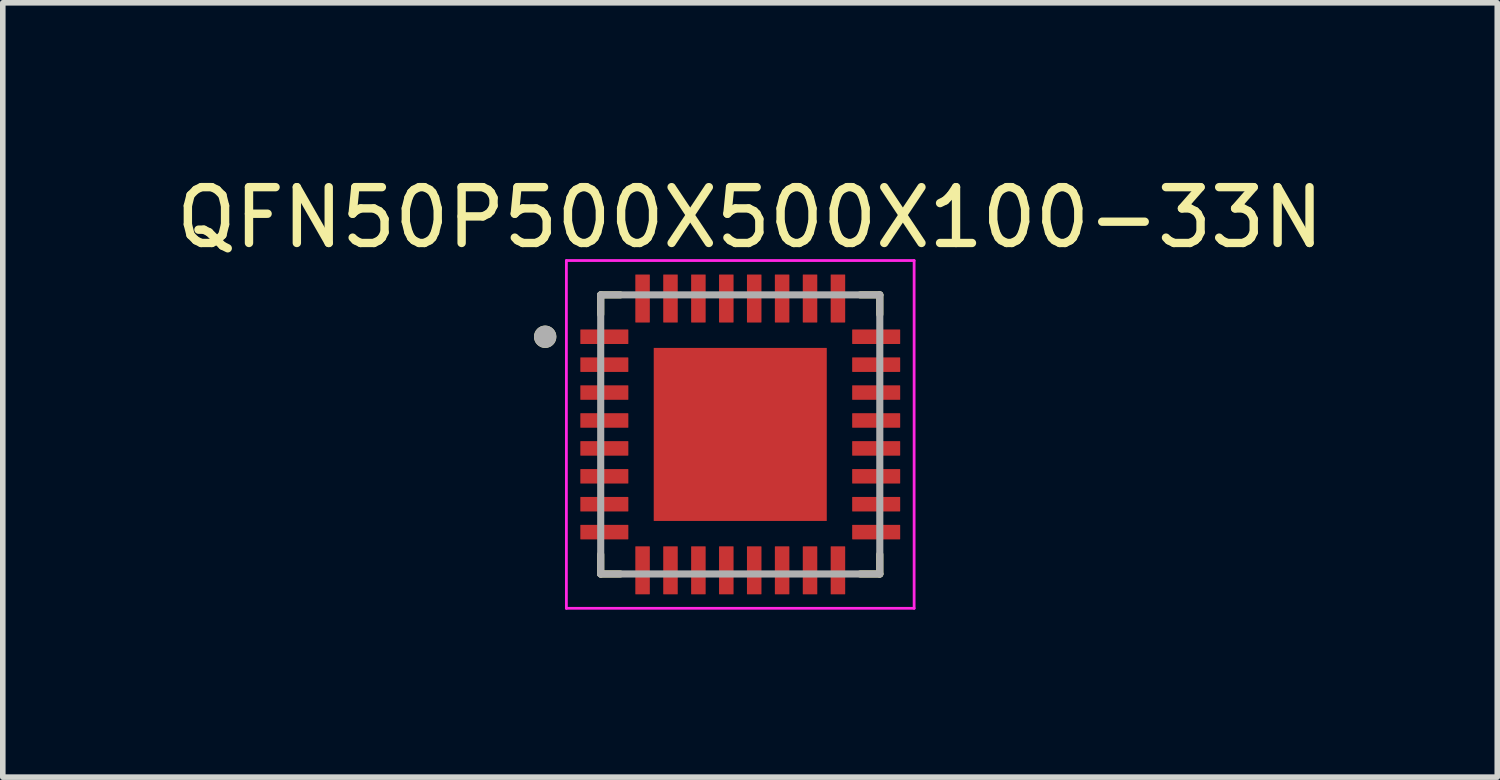
<source format=kicad_pcb>
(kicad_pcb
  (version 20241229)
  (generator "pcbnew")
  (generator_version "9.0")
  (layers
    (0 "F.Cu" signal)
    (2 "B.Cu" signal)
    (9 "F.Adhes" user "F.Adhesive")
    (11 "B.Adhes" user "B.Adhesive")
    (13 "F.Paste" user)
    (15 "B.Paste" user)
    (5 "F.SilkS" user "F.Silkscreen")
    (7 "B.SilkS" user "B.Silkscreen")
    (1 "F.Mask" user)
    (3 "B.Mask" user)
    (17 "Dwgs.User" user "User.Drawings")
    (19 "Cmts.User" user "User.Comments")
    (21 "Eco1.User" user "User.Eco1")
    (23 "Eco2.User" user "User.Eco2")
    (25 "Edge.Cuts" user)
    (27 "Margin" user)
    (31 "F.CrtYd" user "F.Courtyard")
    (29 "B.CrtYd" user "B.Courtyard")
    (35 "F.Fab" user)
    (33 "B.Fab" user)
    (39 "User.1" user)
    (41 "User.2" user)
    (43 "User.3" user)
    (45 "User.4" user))
  (footprint "QFN50P500X500X100-33N"
    (layer "F.Cu")
    (at 10.212 4.733)
    (property "Reference" "QFN50P500X500X100-33N" (at 0.175 -3.885 0) (layer "F.SilkS") (effects (font (size 1 1) (thickness 0.15))))
    (attr smd)
    (fp_line (start -2.5 -2.5) (end -2.5 -2.15) (stroke (width 0.127) (type solid)) (layer "F.SilkS"))
    (fp_line (start -2.5 -2.5) (end -2.15 -2.5) (stroke (width 0.127) (type solid)) (layer "F.SilkS"))
    (fp_line (start -2.5 2.5) (end -2.5 2.15) (stroke (width 0.127) (type solid)) (layer "F.SilkS"))
    (fp_line (start -2.5 2.5) (end -2.15 2.5) (stroke (width 0.127) (type solid)) (layer "F.SilkS"))
    (fp_line (start 2.5 -2.5) (end 2.15 -2.5) (stroke (width 0.127) (type solid)) (layer "F.SilkS"))
    (fp_line (start 2.5 -2.5) (end 2.5 -2.15) (stroke (width 0.127) (type solid)) (layer "F.SilkS"))
    (fp_line (start 2.5 2.5) (end 2.15 2.5) (stroke (width 0.127) (type solid)) (layer "F.SilkS"))
    (fp_line (start 2.5 2.5) (end 2.5 2.15) (stroke (width 0.127) (type solid)) (layer "F.SilkS"))
    (fp_circle (center -3.495 -1.75) (end -3.395 -1.75) (stroke (width 0.2) (type solid)) (fill no) (layer "F.SilkS"))
    (fp_poly (pts (xy -0.98 -0.98) (xy 0.98 -0.98) (xy 0.98 0.98) (xy -0.98 0.98)) (stroke (width 0.01) (type solid)) (fill yes) (layer "F.Paste"))
    (fp_line (start -3.115 -3.115) (end 3.115 -3.115) (stroke (width 0.05) (type solid)) (layer "F.CrtYd"))
    (fp_line (start -3.115 3.115) (end -3.115 -3.115) (stroke (width 0.05) (type solid)) (layer "F.CrtYd"))
    (fp_line (start -3.115 3.115) (end 3.115 3.115) (stroke (width 0.05) (type solid)) (layer "F.CrtYd"))
    (fp_line (start 3.115 3.115) (end 3.115 -3.115) (stroke (width 0.05) (type solid)) (layer "F.CrtYd"))
    (fp_line (start -2.5 2.5) (end -2.5 -2.5) (stroke (width 0.127) (type solid)) (layer "F.Fab"))
    (fp_line (start 2.5 -2.5) (end -2.5 -2.5) (stroke (width 0.127) (type solid)) (layer "F.Fab"))
    (fp_line (start 2.5 2.5) (end -2.5 2.5) (stroke (width 0.127) (type solid)) (layer "F.Fab"))
    (fp_line (start 2.5 2.5) (end 2.5 -2.5) (stroke (width 0.127) (type solid)) (layer "F.Fab"))
    (fp_circle (center -3.495 -1.75) (end -3.395 -1.75) (stroke (width 0.2) (type solid)) (fill no) (layer "F.Fab"))
    (pad "1" smd roundrect (at -2.435 -1.75) (size 0.86 0.26) (layers "F.Cu" "F.Mask" "F.Paste") (roundrect_rratio 0.03))
    (pad "2" smd roundrect (at -2.435 -1.25) (size 0.86 0.26) (layers "F.Cu" "F.Mask" "F.Paste") (roundrect_rratio 0.03))
    (pad "3" smd roundrect (at -2.435 -0.75) (size 0.86 0.26) (layers "F.Cu" "F.Mask" "F.Paste") (roundrect_rratio 0.03))
    (pad "4" smd roundrect (at -2.435 -0.25) (size 0.86 0.26) (layers "F.Cu" "F.Mask" "F.Paste") (roundrect_rratio 0.03))
    (pad "5" smd roundrect (at -2.435 0.25) (size 0.86 0.26) (layers "F.Cu" "F.Mask" "F.Paste") (roundrect_rratio 0.03))
    (pad "6" smd roundrect (at -2.435 0.75) (size 0.86 0.26) (layers "F.Cu" "F.Mask" "F.Paste") (roundrect_rratio 0.03))
    (pad "7" smd roundrect (at -2.435 1.25) (size 0.86 0.26) (layers "F.Cu" "F.Mask" "F.Paste") (roundrect_rratio 0.03))
    (pad "8" smd roundrect (at -2.435 1.75) (size 0.86 0.26) (layers "F.Cu" "F.Mask" "F.Paste") (roundrect_rratio 0.03))
    (pad "9" smd roundrect (at -1.75 2.435 90) (size 0.86 0.26) (layers "F.Cu" "F.Mask" "F.Paste") (roundrect_rratio 0.03))
    (pad "10" smd roundrect (at -1.25 2.435 90) (size 0.86 0.26) (layers "F.Cu" "F.Mask" "F.Paste") (roundrect_rratio 0.03))
    (pad "11" smd roundrect (at -0.75 2.435 90) (size 0.86 0.26) (layers "F.Cu" "F.Mask" "F.Paste") (roundrect_rratio 0.03))
    (pad "12" smd roundrect (at -0.25 2.435 90) (size 0.86 0.26) (layers "F.Cu" "F.Mask" "F.Paste") (roundrect_rratio 0.03))
    (pad "13" smd roundrect (at 0.25 2.435 90) (size 0.86 0.26) (layers "F.Cu" "F.Mask" "F.Paste") (roundrect_rratio 0.03))
    (pad "14" smd roundrect (at 0.75 2.435 90) (size 0.86 0.26) (layers "F.Cu" "F.Mask" "F.Paste") (roundrect_rratio 0.03))
    (pad "15" smd roundrect (at 1.25 2.435 90) (size 0.86 0.26) (layers "F.Cu" "F.Mask" "F.Paste") (roundrect_rratio 0.03))
    (pad "16" smd roundrect (at 1.75 2.435 90) (size 0.86 0.26) (layers "F.Cu" "F.Mask" "F.Paste") (roundrect_rratio 0.03))
    (pad "17" smd roundrect (at 2.435 1.75) (size 0.86 0.26) (layers "F.Cu" "F.Mask" "F.Paste") (roundrect_rratio 0.03))
    (pad "18" smd roundrect (at 2.435 1.25) (size 0.86 0.26) (layers "F.Cu" "F.Mask" "F.Paste") (roundrect_rratio 0.03))
    (pad "19" smd roundrect (at 2.435 0.75) (size 0.86 0.26) (layers "F.Cu" "F.Mask" "F.Paste") (roundrect_rratio 0.03))
    (pad "20" smd roundrect (at 2.435 0.25) (size 0.86 0.26) (layers "F.Cu" "F.Mask" "F.Paste") (roundrect_rratio 0.03))
    (pad "21" smd roundrect (at 2.435 -0.25) (size 0.86 0.26) (layers "F.Cu" "F.Mask" "F.Paste") (roundrect_rratio 0.03))
    (pad "22" smd roundrect (at 2.435 -0.75) (size 0.86 0.26) (layers "F.Cu" "F.Mask" "F.Paste") (roundrect_rratio 0.03))
    (pad "23" smd roundrect (at 2.435 -1.25) (size 0.86 0.26) (layers "F.Cu" "F.Mask" "F.Paste") (roundrect_rratio 0.03))
    (pad "24" smd roundrect (at 2.435 -1.75) (size 0.86 0.26) (layers "F.Cu" "F.Mask" "F.Paste") (roundrect_rratio 0.03))
    (pad "25" smd roundrect (at 1.75 -2.435 90) (size 0.86 0.26) (layers "F.Cu" "F.Mask" "F.Paste") (roundrect_rratio 0.03))
    (pad "26" smd roundrect (at 1.25 -2.435 90) (size 0.86 0.26) (layers "F.Cu" "F.Mask" "F.Paste") (roundrect_rratio 0.03))
    (pad "27" smd roundrect (at 0.75 -2.435 90) (size 0.86 0.26) (layers "F.Cu" "F.Mask" "F.Paste") (roundrect_rratio 0.03))
    (pad "28" smd roundrect (at 0.25 -2.435 90) (size 0.86 0.26) (layers "F.Cu" "F.Mask" "F.Paste") (roundrect_rratio 0.03))
    (pad "29" smd roundrect (at -0.25 -2.435 90) (size 0.86 0.26) (layers "F.Cu" "F.Mask" "F.Paste") (roundrect_rratio 0.03))
    (pad "30" smd roundrect (at -0.75 -2.435 90) (size 0.86 0.26) (layers "F.Cu" "F.Mask" "F.Paste") (roundrect_rratio 0.03))
    (pad "31" smd roundrect (at -1.25 -2.435 90) (size 0.86 0.26) (layers "F.Cu" "F.Mask" "F.Paste") (roundrect_rratio 0.03))
    (pad "32" smd roundrect (at -1.75 -2.435 90) (size 0.86 0.26) (layers "F.Cu" "F.Mask" "F.Paste") (roundrect_rratio 0.03))
    (pad "33" smd rect (at 0 0) (size 3.1 3.1) (layers "F.Cu" "F.Mask")))
  (gr_rect
    (start -3 -3)
    (end 23.774 10.873)
    (stroke (width 0.1) (type default))
    (fill no)
    (layer "Edge.Cuts")))
</source>
